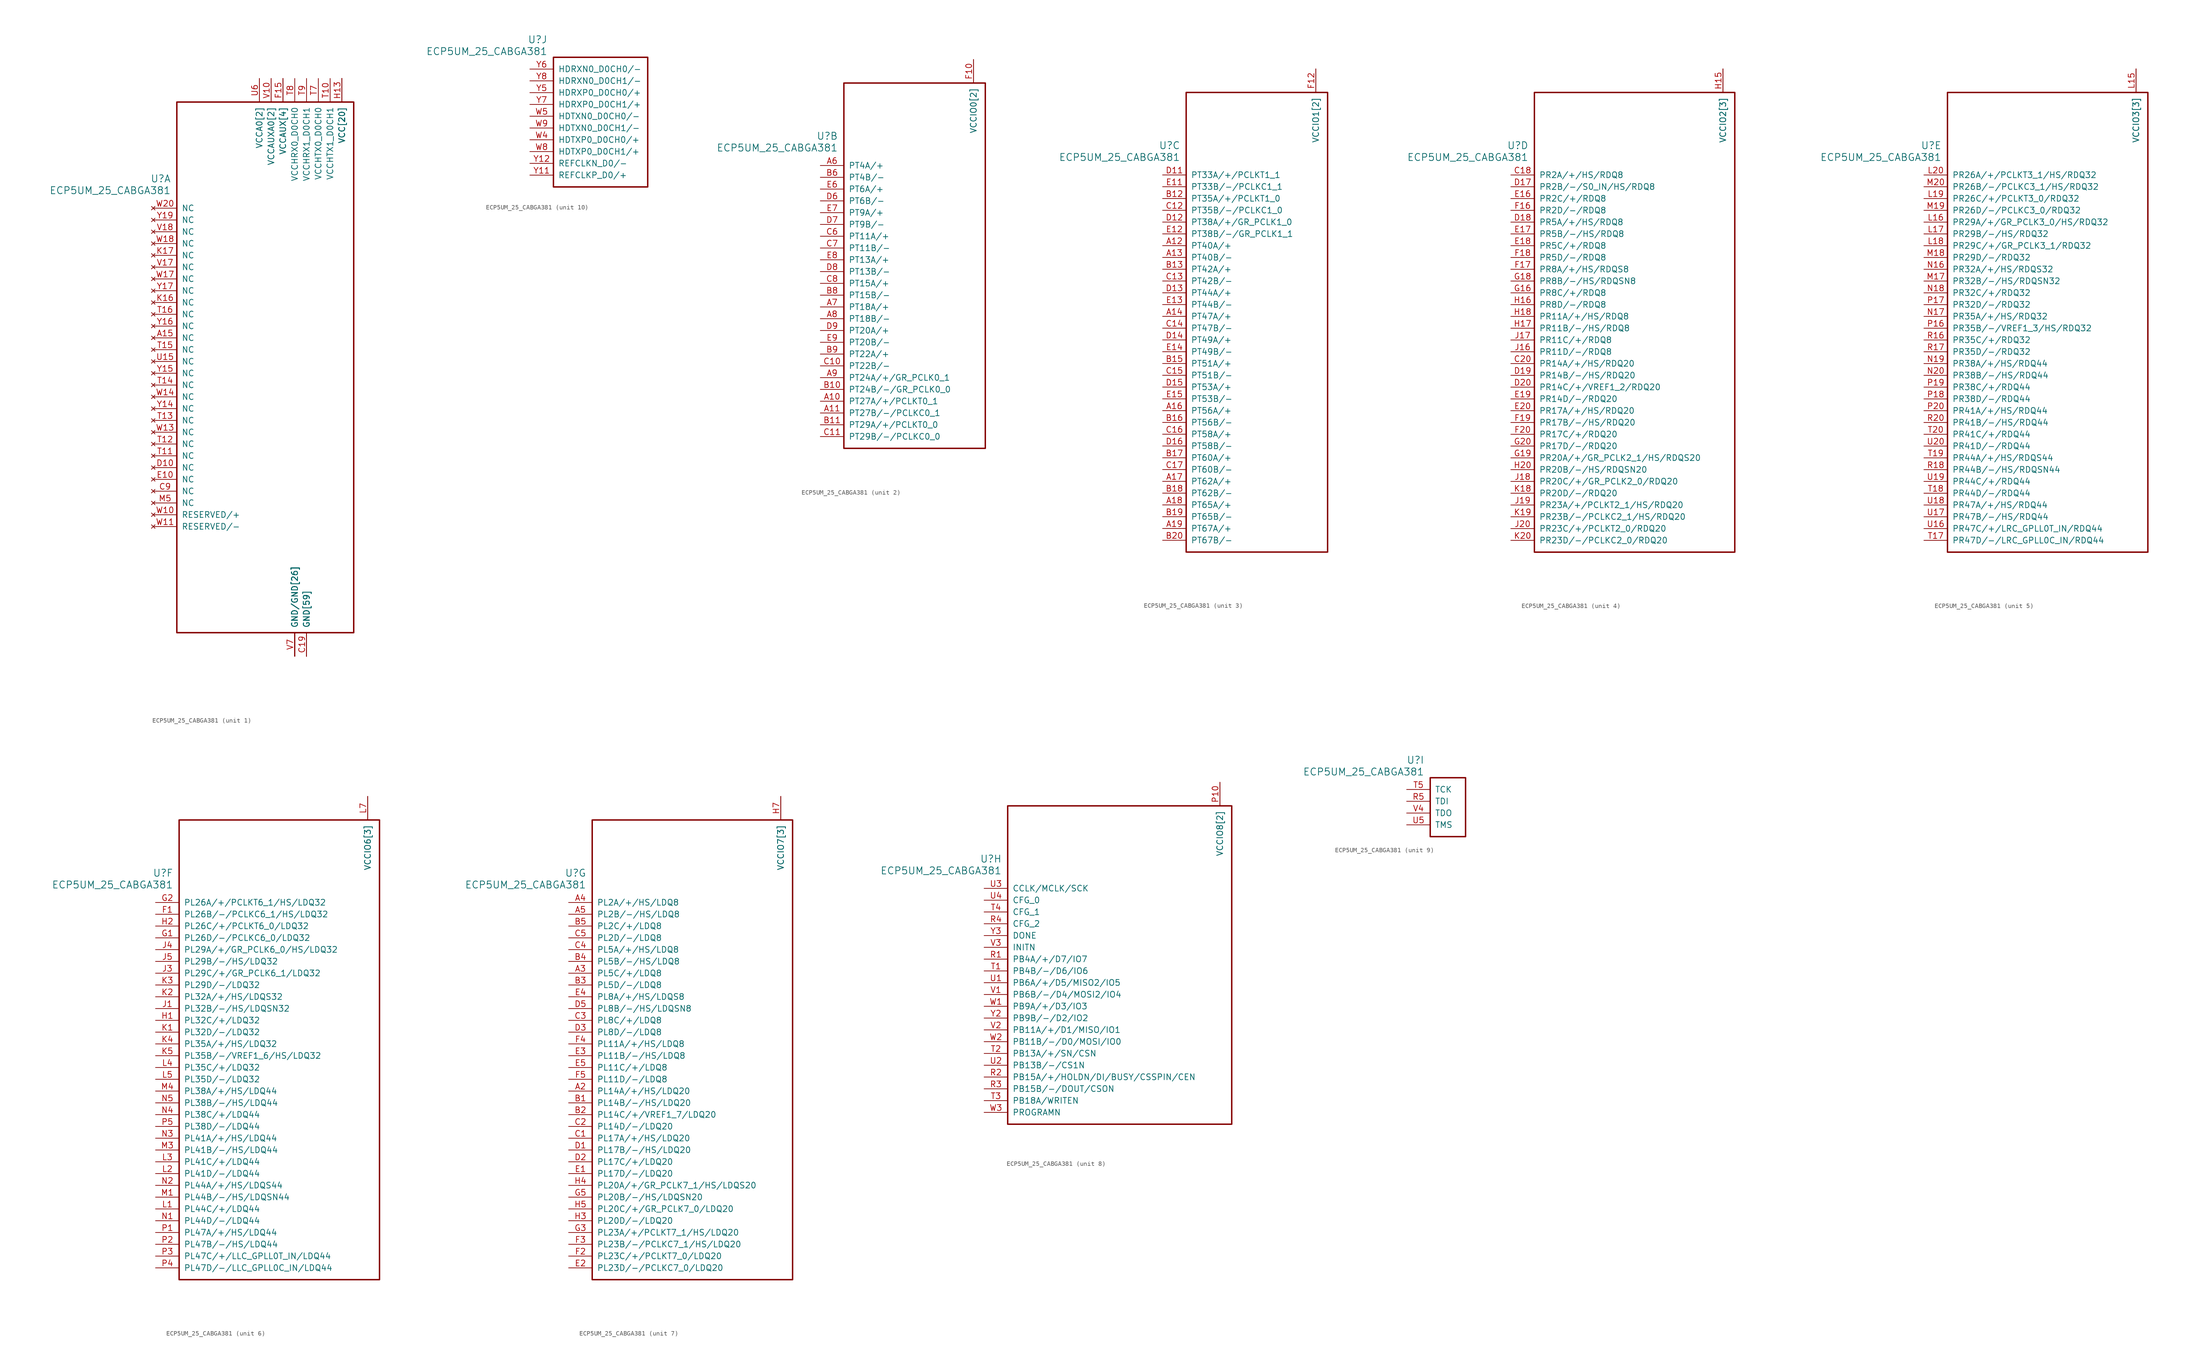
<source format=kicad_sym>
(kicad_symbol_lib
  (version 20241209)
  (generator "kicad_symbol_editor")
  (generator_version "9.0")
  (symbol "ECP5UM_25_CABGA381"
    (pin_names
      (offset 1.016))
    (property "Reference" "U"
      (at 3.81 6.35 0)
      (effects (font (size 1.524 1.524)) (justify right)))
    (property "Value" "ECP5UM_25_CABGA381"
      (at 3.81 3.81 0)
      (effects (font (size 1.524 1.524)) (justify right)))
    (property "ki_locked" ""
      (at 0 0 0)
      (effects (font (size 1.27 1.27))))
    (symbol "ECP5UM_25_CABGA381_1_1"
      (rectangle (start 5.08 22.86) (end 43.18 -91.44) (stroke (width 0.305) (type solid)) (fill (type none)))
      (pin no_connect line (at 0 0 0) (length 5.08) (name "NC" (effects (font (size 1.27 1.27)))) (number "W20" (effects (font (size 1.27 1.27)))))
      (pin no_connect line (at 0 -2.54 0) (length 5.08) (name "NC" (effects (font (size 1.27 1.27)))) (number "Y19" (effects (font (size 1.27 1.27)))))
      (pin no_connect line (at 0 -5.08 0) (length 5.08) (name "NC" (effects (font (size 1.27 1.27)))) (number "V18" (effects (font (size 1.27 1.27)))))
      (pin no_connect line (at 0 -7.62 0) (length 5.08) (name "NC" (effects (font (size 1.27 1.27)))) (number "W18" (effects (font (size 1.27 1.27)))))
      (pin no_connect line (at 0 -10.16 0) (length 5.08) (name "NC" (effects (font (size 1.27 1.27)))) (number "K17" (effects (font (size 1.27 1.27)))))
      (pin no_connect line (at 0 -12.7 0) (length 5.08) (name "NC" (effects (font (size 1.27 1.27)))) (number "V17" (effects (font (size 1.27 1.27)))))
      (pin no_connect line (at 0 -15.24 0) (length 5.08) (name "NC" (effects (font (size 1.27 1.27)))) (number "W17" (effects (font (size 1.27 1.27)))))
      (pin no_connect line (at 0 -17.78 0) (length 5.08) (name "NC" (effects (font (size 1.27 1.27)))) (number "Y17" (effects (font (size 1.27 1.27)))))
      (pin no_connect line (at 0 -20.32 0) (length 5.08) (name "NC" (effects (font (size 1.27 1.27)))) (number "K16" (effects (font (size 1.27 1.27)))))
      (pin no_connect line (at 0 -22.86 0) (length 5.08) (name "NC" (effects (font (size 1.27 1.27)))) (number "T16" (effects (font (size 1.27 1.27)))))
      (pin no_connect line (at 0 -25.4 0) (length 5.08) (name "NC" (effects (font (size 1.27 1.27)))) (number "Y16" (effects (font (size 1.27 1.27)))))
      (pin no_connect line (at 0 -27.94 0) (length 5.08) (name "NC" (effects (font (size 1.27 1.27)))) (number "A15" (effects (font (size 1.27 1.27)))))
      (pin no_connect line (at 0 -30.48 0) (length 5.08) (name "NC" (effects (font (size 1.27 1.27)))) (number "T15" (effects (font (size 1.27 1.27)))))
      (pin no_connect line (at 0 -33.02 0) (length 5.08) (name "NC" (effects (font (size 1.27 1.27)))) (number "U15" (effects (font (size 1.27 1.27)))))
      (pin no_connect line (at 0 -35.56 0) (length 5.08) (name "NC" (effects (font (size 1.27 1.27)))) (number "Y15" (effects (font (size 1.27 1.27)))))
      (pin no_connect line (at 0 -38.1 0) (length 5.08) (name "NC" (effects (font (size 1.27 1.27)))) (number "T14" (effects (font (size 1.27 1.27)))))
      (pin no_connect line (at 0 -40.64 0) (length 5.08) (name "NC" (effects (font (size 1.27 1.27)))) (number "W14" (effects (font (size 1.27 1.27)))))
      (pin no_connect line (at 0 -43.18 0) (length 5.08) (name "NC" (effects (font (size 1.27 1.27)))) (number "Y14" (effects (font (size 1.27 1.27)))))
      (pin no_connect line (at 0 -45.72 0) (length 5.08) (name "NC" (effects (font (size 1.27 1.27)))) (number "T13" (effects (font (size 1.27 1.27)))))
      (pin no_connect line (at 0 -48.26 0) (length 5.08) (name "NC" (effects (font (size 1.27 1.27)))) (number "W13" (effects (font (size 1.27 1.27)))))
      (pin no_connect line (at 0 -50.8 0) (length 5.08) (name "NC" (effects (font (size 1.27 1.27)))) (number "T12" (effects (font (size 1.27 1.27)))))
      (pin no_connect line (at 0 -53.34 0) (length 5.08) (name "NC" (effects (font (size 1.27 1.27)))) (number "T11" (effects (font (size 1.27 1.27)))))
      (pin no_connect line (at 0 -55.88 0) (length 5.08) (name "NC" (effects (font (size 1.27 1.27)))) (number "D10" (effects (font (size 1.27 1.27)))))
      (pin no_connect line (at 0 -58.42 0) (length 5.08) (name "NC" (effects (font (size 1.27 1.27)))) (number "E10" (effects (font (size 1.27 1.27)))))
      (pin no_connect line (at 0 -60.96 0) (length 5.08) (name "NC" (effects (font (size 1.27 1.27)))) (number "C9" (effects (font (size 1.27 1.27)))))
      (pin no_connect line (at 0 -63.5 0) (length 5.08) (name "NC" (effects (font (size 1.27 1.27)))) (number "M5" (effects (font (size 1.27 1.27)))))
      (pin no_connect line (at 0 -66.04 0) (length 5.08) (name "RESERVED/+" (effects (font (size 1.27 1.27)))) (number "W10" (effects (font (size 1.27 1.27)))))
      (pin no_connect line (at 0 -68.58 0) (length 5.08) (name "RESERVED/-" (effects (font (size 1.27 1.27)))) (number "W11" (effects (font (size 1.27 1.27)))))
      (pin power_in line (at 22.86 27.94 270) (length 5.08) (name "VCCA0[2]" (effects (font (size 1.27 1.27)))) (number "T6" (effects (font (size 0 0)))))
      (pin power_in line (at 22.86 27.94 270) (length 5.08) (name "VCCA0[2]" (effects (font (size 1.27 1.27)))) (number "U6" (effects (font (size 1.27 1.27)))))
      (pin power_in line (at 25.4 27.94 270) (length 5.08) (name "VCCAUXA0[2]" (effects (font (size 1.27 1.27)))) (number "V10" (effects (font (size 1.27 1.27)))))
      (pin power_in line (at 25.4 27.94 270) (length 5.08) (name "VCCAUXA0[2]" (effects (font (size 1.27 1.27)))) (number "V11" (effects (font (size 0 0)))))
      (pin power_in line (at 27.94 27.94 270) (length 5.08) (name "VCCAUX[4]" (effects (font (size 1.27 1.27)))) (number "F15" (effects (font (size 1.27 1.27)))))
      (pin power_in line (at 27.94 27.94 270) (length 5.08) (name "VCCAUX[4]" (effects (font (size 1.27 1.27)))) (number "F6" (effects (font (size 0 0)))))
      (pin power_in line (at 27.94 27.94 270) (length 5.08) (name "VCCAUX[4]" (effects (font (size 1.27 1.27)))) (number "P15" (effects (font (size 0 0)))))
      (pin power_in line (at 27.94 27.94 270) (length 5.08) (name "VCCAUX[4]" (effects (font (size 1.27 1.27)))) (number "P6" (effects (font (size 0 0)))))
      (pin power_in line (at 30.48 27.94 270) (length 5.08) (name "VCCHRX0_D0CH0" (effects (font (size 1.27 1.27)))) (number "T8" (effects (font (size 1.27 1.27)))))
      (pin power_in line (at 30.48 -96.52 90) (length 5.08) (name "GND/GND[26]" (effects (font (size 1.27 1.27)))) (number "U10" (effects (font (size 0 0)))))
      (pin power_in line (at 30.48 -96.52 90) (length 5.08) (name "GND/GND[26]" (effects (font (size 1.27 1.27)))) (number "U11" (effects (font (size 0 0)))))
      (pin power_in line (at 30.48 -96.52 90) (length 5.08) (name "GND/GND[26]" (effects (font (size 1.27 1.27)))) (number "U12" (effects (font (size 0 0)))))
      (pin power_in line (at 30.48 -96.52 90) (length 5.08) (name "GND/GND[26]" (effects (font (size 1.27 1.27)))) (number "U13" (effects (font (size 0 0)))))
      (pin power_in line (at 30.48 -96.52 90) (length 5.08) (name "GND/GND[26]" (effects (font (size 1.27 1.27)))) (number "U14" (effects (font (size 0 0)))))
      (pin power_in line (at 30.48 -96.52 90) (length 5.08) (name "GND/GND[26]" (effects (font (size 1.27 1.27)))) (number "U7" (effects (font (size 0 0)))))
      (pin power_in line (at 30.48 -96.52 90) (length 5.08) (name "GND/GND[26]" (effects (font (size 1.27 1.27)))) (number "U8" (effects (font (size 0 0)))))
      (pin power_in line (at 30.48 -96.52 90) (length 5.08) (name "GND/GND[26]" (effects (font (size 1.27 1.27)))) (number "U9" (effects (font (size 0 0)))))
      (pin power_in line (at 30.48 -96.52 90) (length 5.08) (name "GND/GND[26]" (effects (font (size 1.27 1.27)))) (number "V12" (effects (font (size 0 0)))))
      (pin power_in line (at 30.48 -96.52 90) (length 5.08) (name "GND/GND[26]" (effects (font (size 1.27 1.27)))) (number "V13" (effects (font (size 0 0)))))
      (pin power_in line (at 30.48 -96.52 90) (length 5.08) (name "GND/GND[26]" (effects (font (size 1.27 1.27)))) (number "V14" (effects (font (size 0 0)))))
      (pin power_in line (at 30.48 -96.52 90) (length 5.08) (name "GND/GND[26]" (effects (font (size 1.27 1.27)))) (number "V15" (effects (font (size 0 0)))))
      (pin power_in line (at 30.48 -96.52 90) (length 5.08) (name "GND/GND[26]" (effects (font (size 1.27 1.27)))) (number "V16" (effects (font (size 0 0)))))
      (pin power_in line (at 30.48 -96.52 90) (length 5.08) (name "GND/GND[26]" (effects (font (size 1.27 1.27)))) (number "V19" (effects (font (size 0 0)))))
      (pin power_in line (at 30.48 -96.52 90) (length 5.08) (name "GND/GND[26]" (effects (font (size 1.27 1.27)))) (number "V20" (effects (font (size 0 0)))))
      (pin power_in line (at 30.48 -96.52 90) (length 5.08) (name "GND/GND[26]" (effects (font (size 1.27 1.27)))) (number "V5" (effects (font (size 0 0)))))
      (pin power_in line (at 30.48 -96.52 90) (length 5.08) (name "GND/GND[26]" (effects (font (size 1.27 1.27)))) (number "V6" (effects (font (size 0 0)))))
      (pin power_in line (at 30.48 -96.52 90) (length 5.08) (name "GND/GND[26]" (effects (font (size 1.27 1.27)))) (number "V7" (effects (font (size 1.27 1.27)))))
      (pin power_in line (at 30.48 -96.52 90) (length 5.08) (name "GND/GND[26]" (effects (font (size 1.27 1.27)))) (number "V8" (effects (font (size 0 0)))))
      (pin power_in line (at 30.48 -96.52 90) (length 5.08) (name "GND/GND[26]" (effects (font (size 1.27 1.27)))) (number "V9" (effects (font (size 0 0)))))
      (pin power_in line (at 30.48 -96.52 90) (length 5.08) (name "GND/GND[26]" (effects (font (size 1.27 1.27)))) (number "W12" (effects (font (size 0 0)))))
      (pin power_in line (at 30.48 -96.52 90) (length 5.08) (name "GND/GND[26]" (effects (font (size 1.27 1.27)))) (number "W15" (effects (font (size 0 0)))))
      (pin power_in line (at 30.48 -96.52 90) (length 5.08) (name "GND/GND[26]" (effects (font (size 1.27 1.27)))) (number "W16" (effects (font (size 0 0)))))
      (pin power_in line (at 30.48 -96.52 90) (length 5.08) (name "GND/GND[26]" (effects (font (size 1.27 1.27)))) (number "W19" (effects (font (size 0 0)))))
      (pin power_in line (at 30.48 -96.52 90) (length 5.08) (name "GND/GND[26]" (effects (font (size 1.27 1.27)))) (number "W6" (effects (font (size 0 0)))))
      (pin power_in line (at 30.48 -96.52 90) (length 5.08) (name "GND/GND[26]" (effects (font (size 1.27 1.27)))) (number "W7" (effects (font (size 0 0)))))
      (pin power_in line (at 33.02 27.94 270) (length 5.08) (name "VCCHRX1_D0CH1" (effects (font (size 1.27 1.27)))) (number "T9" (effects (font (size 1.27 1.27)))))
      (pin power_in line (at 33.02 -96.52 90) (length 5.08) (name "GND[59]" (effects (font (size 1.27 1.27)))) (number "B14" (effects (font (size 0 0)))))
      (pin power_in line (at 33.02 -96.52 90) (length 5.08) (name "GND[59]" (effects (font (size 1.27 1.27)))) (number "B7" (effects (font (size 0 0)))))
      (pin power_in line (at 33.02 -96.52 90) (length 5.08) (name "GND[59]" (effects (font (size 1.27 1.27)))) (number "C19" (effects (font (size 1.27 1.27)))))
      (pin power_in line (at 33.02 -96.52 90) (length 5.08) (name "GND[59]" (effects (font (size 1.27 1.27)))) (number "D4" (effects (font (size 0 0)))))
      (pin power_in line (at 33.02 -96.52 90) (length 5.08) (name "GND[59]" (effects (font (size 1.27 1.27)))) (number "F13" (effects (font (size 0 0)))))
      (pin power_in line (at 33.02 -96.52 90) (length 5.08) (name "GND[59]" (effects (font (size 1.27 1.27)))) (number "F14" (effects (font (size 0 0)))))
      (pin power_in line (at 33.02 -96.52 90) (length 5.08) (name "GND[59]" (effects (font (size 1.27 1.27)))) (number "F7" (effects (font (size 0 0)))))
      (pin power_in line (at 33.02 -96.52 90) (length 5.08) (name "GND[59]" (effects (font (size 1.27 1.27)))) (number "F8" (effects (font (size 0 0)))))
      (pin power_in line (at 33.02 -96.52 90) (length 5.08) (name "GND[59]" (effects (font (size 1.27 1.27)))) (number "G10" (effects (font (size 0 0)))))
      (pin power_in line (at 33.02 -96.52 90) (length 5.08) (name "GND[59]" (effects (font (size 1.27 1.27)))) (number "G11" (effects (font (size 0 0)))))
      (pin power_in line (at 33.02 -96.52 90) (length 5.08) (name "GND[59]" (effects (font (size 1.27 1.27)))) (number "G12" (effects (font (size 0 0)))))
      (pin power_in line (at 33.02 -96.52 90) (length 5.08) (name "GND[59]" (effects (font (size 1.27 1.27)))) (number "G13" (effects (font (size 0 0)))))
      (pin power_in line (at 33.02 -96.52 90) (length 5.08) (name "GND[59]" (effects (font (size 1.27 1.27)))) (number "G14" (effects (font (size 0 0)))))
      (pin power_in line (at 33.02 -96.52 90) (length 5.08) (name "GND[59]" (effects (font (size 1.27 1.27)))) (number "G15" (effects (font (size 0 0)))))
      (pin power_in line (at 33.02 -96.52 90) (length 5.08) (name "GND[59]" (effects (font (size 1.27 1.27)))) (number "G17" (effects (font (size 0 0)))))
      (pin power_in line (at 33.02 -96.52 90) (length 5.08) (name "GND[59]" (effects (font (size 1.27 1.27)))) (number "G4" (effects (font (size 0 0)))))
      (pin power_in line (at 33.02 -96.52 90) (length 5.08) (name "GND[59]" (effects (font (size 1.27 1.27)))) (number "G6" (effects (font (size 0 0)))))
      (pin power_in line (at 33.02 -96.52 90) (length 5.08) (name "GND[59]" (effects (font (size 1.27 1.27)))) (number "G7" (effects (font (size 0 0)))))
      (pin power_in line (at 33.02 -96.52 90) (length 5.08) (name "GND[59]" (effects (font (size 1.27 1.27)))) (number "G8" (effects (font (size 0 0)))))
      (pin power_in line (at 33.02 -96.52 90) (length 5.08) (name "GND[59]" (effects (font (size 1.27 1.27)))) (number "G9" (effects (font (size 0 0)))))
      (pin power_in line (at 33.02 -96.52 90) (length 5.08) (name "GND[59]" (effects (font (size 1.27 1.27)))) (number "H19" (effects (font (size 0 0)))))
      (pin power_in line (at 33.02 -96.52 90) (length 5.08) (name "GND[59]" (effects (font (size 1.27 1.27)))) (number "J10" (effects (font (size 0 0)))))
      (pin power_in line (at 33.02 -96.52 90) (length 5.08) (name "GND[59]" (effects (font (size 1.27 1.27)))) (number "J11" (effects (font (size 0 0)))))
      (pin power_in line (at 33.02 -96.52 90) (length 5.08) (name "GND[59]" (effects (font (size 1.27 1.27)))) (number "J12" (effects (font (size 0 0)))))
      (pin power_in line (at 33.02 -96.52 90) (length 5.08) (name "GND[59]" (effects (font (size 1.27 1.27)))) (number "J14" (effects (font (size 0 0)))))
      (pin power_in line (at 33.02 -96.52 90) (length 5.08) (name "GND[59]" (effects (font (size 1.27 1.27)))) (number "J2" (effects (font (size 0 0)))))
      (pin power_in line (at 33.02 -96.52 90) (length 5.08) (name "GND[59]" (effects (font (size 1.27 1.27)))) (number "J7" (effects (font (size 0 0)))))
      (pin power_in line (at 33.02 -96.52 90) (length 5.08) (name "GND[59]" (effects (font (size 1.27 1.27)))) (number "J9" (effects (font (size 0 0)))))
      (pin power_in line (at 33.02 -96.52 90) (length 5.08) (name "GND[59]" (effects (font (size 1.27 1.27)))) (number "K10" (effects (font (size 0 0)))))
      (pin power_in line (at 33.02 -96.52 90) (length 5.08) (name "GND[59]" (effects (font (size 1.27 1.27)))) (number "K11" (effects (font (size 0 0)))))
      (pin power_in line (at 33.02 -96.52 90) (length 5.08) (name "GND[59]" (effects (font (size 1.27 1.27)))) (number "K12" (effects (font (size 0 0)))))
      (pin power_in line (at 33.02 -96.52 90) (length 5.08) (name "GND[59]" (effects (font (size 1.27 1.27)))) (number "K14" (effects (font (size 0 0)))))
      (pin power_in line (at 33.02 -96.52 90) (length 5.08) (name "GND[59]" (effects (font (size 1.27 1.27)))) (number "K15" (effects (font (size 0 0)))))
      (pin power_in line (at 33.02 -96.52 90) (length 5.08) (name "GND[59]" (effects (font (size 1.27 1.27)))) (number "K6" (effects (font (size 0 0)))))
      (pin power_in line (at 33.02 -96.52 90) (length 5.08) (name "GND[59]" (effects (font (size 1.27 1.27)))) (number "K7" (effects (font (size 0 0)))))
      (pin power_in line (at 33.02 -96.52 90) (length 5.08) (name "GND[59]" (effects (font (size 1.27 1.27)))) (number "K9" (effects (font (size 0 0)))))
      (pin power_in line (at 33.02 -96.52 90) (length 5.08) (name "GND[59]" (effects (font (size 1.27 1.27)))) (number "L10" (effects (font (size 0 0)))))
      (pin power_in line (at 33.02 -96.52 90) (length 5.08) (name "GND[59]" (effects (font (size 1.27 1.27)))) (number "L11" (effects (font (size 0 0)))))
      (pin power_in line (at 33.02 -96.52 90) (length 5.08) (name "GND[59]" (effects (font (size 1.27 1.27)))) (number "L12" (effects (font (size 0 0)))))
      (pin power_in line (at 33.02 -96.52 90) (length 5.08) (name "GND[59]" (effects (font (size 1.27 1.27)))) (number "L9" (effects (font (size 0 0)))))
      (pin power_in line (at 33.02 -96.52 90) (length 5.08) (name "GND[59]" (effects (font (size 1.27 1.27)))) (number "M10" (effects (font (size 0 0)))))
      (pin power_in line (at 33.02 -96.52 90) (length 5.08) (name "GND[59]" (effects (font (size 1.27 1.27)))) (number "M11" (effects (font (size 0 0)))))
      (pin power_in line (at 33.02 -96.52 90) (length 5.08) (name "GND[59]" (effects (font (size 1.27 1.27)))) (number "M12" (effects (font (size 0 0)))))
      (pin power_in line (at 33.02 -96.52 90) (length 5.08) (name "GND[59]" (effects (font (size 1.27 1.27)))) (number "M14" (effects (font (size 0 0)))))
      (pin power_in line (at 33.02 -96.52 90) (length 5.08) (name "GND[59]" (effects (font (size 1.27 1.27)))) (number "M16" (effects (font (size 0 0)))))
      (pin power_in line (at 33.02 -96.52 90) (length 5.08) (name "GND[59]" (effects (font (size 1.27 1.27)))) (number "M2" (effects (font (size 0 0)))))
      (pin power_in line (at 33.02 -96.52 90) (length 5.08) (name "GND[59]" (effects (font (size 1.27 1.27)))) (number "M7" (effects (font (size 0 0)))))
      (pin power_in line (at 33.02 -96.52 90) (length 5.08) (name "GND[59]" (effects (font (size 1.27 1.27)))) (number "M9" (effects (font (size 0 0)))))
      (pin power_in line (at 33.02 -96.52 90) (length 5.08) (name "GND[59]" (effects (font (size 1.27 1.27)))) (number "N14" (effects (font (size 0 0)))))
      (pin power_in line (at 33.02 -96.52 90) (length 5.08) (name "GND[59]" (effects (font (size 1.27 1.27)))) (number "N15" (effects (font (size 0 0)))))
      (pin power_in line (at 33.02 -96.52 90) (length 5.08) (name "GND[59]" (effects (font (size 1.27 1.27)))) (number "N6" (effects (font (size 0 0)))))
      (pin power_in line (at 33.02 -96.52 90) (length 5.08) (name "GND[59]" (effects (font (size 1.27 1.27)))) (number "N7" (effects (font (size 0 0)))))
      (pin power_in line (at 33.02 -96.52 90) (length 5.08) (name "GND[59]" (effects (font (size 1.27 1.27)))) (number "P11" (effects (font (size 0 0)))))
      (pin power_in line (at 33.02 -96.52 90) (length 5.08) (name "GND[59]" (effects (font (size 1.27 1.27)))) (number "P12" (effects (font (size 0 0)))))
      (pin power_in line (at 33.02 -96.52 90) (length 5.08) (name "GND[59]" (effects (font (size 1.27 1.27)))) (number "P13" (effects (font (size 0 0)))))
      (pin power_in line (at 33.02 -96.52 90) (length 5.08) (name "GND[59]" (effects (font (size 1.27 1.27)))) (number "P14" (effects (font (size 0 0)))))
      (pin power_in line (at 33.02 -96.52 90) (length 5.08) (name "GND[59]" (effects (font (size 1.27 1.27)))) (number "P7" (effects (font (size 0 0)))))
      (pin power_in line (at 33.02 -96.52 90) (length 5.08) (name "GND[59]" (effects (font (size 1.27 1.27)))) (number "P8" (effects (font (size 0 0)))))
      (pin power_in line (at 33.02 -96.52 90) (length 5.08) (name "GND[59]" (effects (font (size 1.27 1.27)))) (number "R19" (effects (font (size 0 0)))))
      (pin power_in line (at 35.56 27.94 270) (length 5.08) (name "VCCHTX0_D0CH0" (effects (font (size 1.27 1.27)))) (number "T7" (effects (font (size 1.27 1.27)))))
      (pin power_in line (at 38.1 27.94 270) (length 5.08) (name "VCCHTX1_D0CH1" (effects (font (size 1.27 1.27)))) (number "T10" (effects (font (size 1.27 1.27)))))
      (pin power_in line (at 40.64 27.94 270) (length 5.08) (name "VCC[20]" (effects (font (size 1.27 1.27)))) (number "H10" (effects (font (size 0 0)))))
      (pin power_in line (at 40.64 27.94 270) (length 5.08) (name "VCC[20]" (effects (font (size 1.27 1.27)))) (number "H11" (effects (font (size 0 0)))))
      (pin power_in line (at 40.64 27.94 270) (length 5.08) (name "VCC[20]" (effects (font (size 1.27 1.27)))) (number "H12" (effects (font (size 0 0)))))
      (pin power_in line (at 40.64 27.94 270) (length 5.08) (name "VCC[20]" (effects (font (size 1.27 1.27)))) (number "H13" (effects (font (size 1.27 1.27)))))
      (pin power_in line (at 40.64 27.94 270) (length 5.08) (name "VCC[20]" (effects (font (size 1.27 1.27)))) (number "H8" (effects (font (size 0 0)))))
      (pin power_in line (at 40.64 27.94 270) (length 5.08) (name "VCC[20]" (effects (font (size 1.27 1.27)))) (number "H9" (effects (font (size 0 0)))))
      (pin power_in line (at 40.64 27.94 270) (length 5.08) (name "VCC[20]" (effects (font (size 1.27 1.27)))) (number "J13" (effects (font (size 0 0)))))
      (pin power_in line (at 40.64 27.94 270) (length 5.08) (name "VCC[20]" (effects (font (size 1.27 1.27)))) (number "J8" (effects (font (size 0 0)))))
      (pin power_in line (at 40.64 27.94 270) (length 5.08) (name "VCC[20]" (effects (font (size 1.27 1.27)))) (number "K13" (effects (font (size 0 0)))))
      (pin power_in line (at 40.64 27.94 270) (length 5.08) (name "VCC[20]" (effects (font (size 1.27 1.27)))) (number "K8" (effects (font (size 0 0)))))
      (pin power_in line (at 40.64 27.94 270) (length 5.08) (name "VCC[20]" (effects (font (size 1.27 1.27)))) (number "L13" (effects (font (size 0 0)))))
      (pin power_in line (at 40.64 27.94 270) (length 5.08) (name "VCC[20]" (effects (font (size 1.27 1.27)))) (number "L8" (effects (font (size 0 0)))))
      (pin power_in line (at 40.64 27.94 270) (length 5.08) (name "VCC[20]" (effects (font (size 1.27 1.27)))) (number "M13" (effects (font (size 0 0)))))
      (pin power_in line (at 40.64 27.94 270) (length 5.08) (name "VCC[20]" (effects (font (size 1.27 1.27)))) (number "M8" (effects (font (size 0 0)))))
      (pin power_in line (at 40.64 27.94 270) (length 5.08) (name "VCC[20]" (effects (font (size 1.27 1.27)))) (number "N10" (effects (font (size 0 0)))))
      (pin power_in line (at 40.64 27.94 270) (length 5.08) (name "VCC[20]" (effects (font (size 1.27 1.27)))) (number "N11" (effects (font (size 0 0)))))
      (pin power_in line (at 40.64 27.94 270) (length 5.08) (name "VCC[20]" (effects (font (size 1.27 1.27)))) (number "N12" (effects (font (size 0 0)))))
      (pin power_in line (at 40.64 27.94 270) (length 5.08) (name "VCC[20]" (effects (font (size 1.27 1.27)))) (number "N13" (effects (font (size 0 0)))))
      (pin power_in line (at 40.64 27.94 270) (length 5.08) (name "VCC[20]" (effects (font (size 1.27 1.27)))) (number "N8" (effects (font (size 0 0)))))
      (pin power_in line (at 40.64 27.94 270) (length 5.08) (name "VCC[20]" (effects (font (size 1.27 1.27)))) (number "N9" (effects (font (size 0 0))))))
    (symbol "ECP5UM_25_CABGA381_2_1"
      (rectangle (start 5.08 17.78) (end 35.56 -60.96) (stroke (width 0.305) (type solid)) (fill (type none)))
      (pin bidirectional line (at 0 0 0) (length 5.08) (name "PT4A/+" (effects (font (size 1.27 1.27)))) (number "A6" (effects (font (size 1.27 1.27)))))
      (pin bidirectional line (at 0 -2.54 0) (length 5.08) (name "PT4B/-" (effects (font (size 1.27 1.27)))) (number "B6" (effects (font (size 1.27 1.27)))))
      (pin bidirectional line (at 0 -5.08 0) (length 5.08) (name "PT6A/+" (effects (font (size 1.27 1.27)))) (number "E6" (effects (font (size 1.27 1.27)))))
      (pin bidirectional line (at 0 -7.62 0) (length 5.08) (name "PT6B/-" (effects (font (size 1.27 1.27)))) (number "D6" (effects (font (size 1.27 1.27)))))
      (pin bidirectional line (at 0 -10.16 0) (length 5.08) (name "PT9A/+" (effects (font (size 1.27 1.27)))) (number "E7" (effects (font (size 1.27 1.27)))))
      (pin bidirectional line (at 0 -12.7 0) (length 5.08) (name "PT9B/-" (effects (font (size 1.27 1.27)))) (number "D7" (effects (font (size 1.27 1.27)))))
      (pin bidirectional line (at 0 -15.24 0) (length 5.08) (name "PT11A/+" (effects (font (size 1.27 1.27)))) (number "C6" (effects (font (size 1.27 1.27)))))
      (pin bidirectional line (at 0 -17.78 0) (length 5.08) (name "PT11B/-" (effects (font (size 1.27 1.27)))) (number "C7" (effects (font (size 1.27 1.27)))))
      (pin bidirectional line (at 0 -20.32 0) (length 5.08) (name "PT13A/+" (effects (font (size 1.27 1.27)))) (number "E8" (effects (font (size 1.27 1.27)))))
      (pin bidirectional line (at 0 -22.86 0) (length 5.08) (name "PT13B/-" (effects (font (size 1.27 1.27)))) (number "D8" (effects (font (size 1.27 1.27)))))
      (pin bidirectional line (at 0 -25.4 0) (length 5.08) (name "PT15A/+" (effects (font (size 1.27 1.27)))) (number "C8" (effects (font (size 1.27 1.27)))))
      (pin bidirectional line (at 0 -27.94 0) (length 5.08) (name "PT15B/-" (effects (font (size 1.27 1.27)))) (number "B8" (effects (font (size 1.27 1.27)))))
      (pin bidirectional line (at 0 -30.48 0) (length 5.08) (name "PT18A/+" (effects (font (size 1.27 1.27)))) (number "A7" (effects (font (size 1.27 1.27)))))
      (pin bidirectional line (at 0 -33.02 0) (length 5.08) (name "PT18B/-" (effects (font (size 1.27 1.27)))) (number "A8" (effects (font (size 1.27 1.27)))))
      (pin bidirectional line (at 0 -35.56 0) (length 5.08) (name "PT20A/+" (effects (font (size 1.27 1.27)))) (number "D9" (effects (font (size 1.27 1.27)))))
      (pin bidirectional line (at 0 -38.1 0) (length 5.08) (name "PT20B/-" (effects (font (size 1.27 1.27)))) (number "E9" (effects (font (size 1.27 1.27)))))
      (pin bidirectional line (at 0 -40.64 0) (length 5.08) (name "PT22A/+" (effects (font (size 1.27 1.27)))) (number "B9" (effects (font (size 1.27 1.27)))))
      (pin bidirectional line (at 0 -43.18 0) (length 5.08) (name "PT22B/-" (effects (font (size 1.27 1.27)))) (number "C10" (effects (font (size 1.27 1.27)))))
      (pin bidirectional line (at 0 -45.72 0) (length 5.08) (name "PT24A/+/GR_PCLK0_1" (effects (font (size 1.27 1.27)))) (number "A9" (effects (font (size 1.27 1.27)))))
      (pin bidirectional line (at 0 -48.26 0) (length 5.08) (name "PT24B/-/GR_PCLK0_0" (effects (font (size 1.27 1.27)))) (number "B10" (effects (font (size 1.27 1.27)))))
      (pin bidirectional line (at 0 -50.8 0) (length 5.08) (name "PT27A/+/PCLKT0_1" (effects (font (size 1.27 1.27)))) (number "A10" (effects (font (size 1.27 1.27)))))
      (pin bidirectional line (at 0 -53.34 0) (length 5.08) (name "PT27B/-/PCLKC0_1" (effects (font (size 1.27 1.27)))) (number "A11" (effects (font (size 1.27 1.27)))))
      (pin bidirectional line (at 0 -55.88 0) (length 5.08) (name "PT29A/+/PCLKT0_0" (effects (font (size 1.27 1.27)))) (number "B11" (effects (font (size 1.27 1.27)))))
      (pin bidirectional line (at 0 -58.42 0) (length 5.08) (name "PT29B/-/PCLKC0_0" (effects (font (size 1.27 1.27)))) (number "C11" (effects (font (size 1.27 1.27)))))
      (pin power_in line (at 33.02 22.86 270) (length 5.08) (name "VCCIO0[2]" (effects (font (size 1.27 1.27)))) (number "F10" (effects (font (size 1.27 1.27)))))
      (pin power_in line (at 33.02 22.86 270) (length 5.08) (name "VCCIO0[2]" (effects (font (size 1.27 1.27)))) (number "F9" (effects (font (size 0 0))))))
    (symbol "ECP5UM_25_CABGA381_3_1"
      (rectangle (start 5.08 17.78) (end 35.56 -81.28) (stroke (width 0.305) (type solid)) (fill (type none)))
      (pin bidirectional line (at 0 0 0) (length 5.08) (name "PT33A/+/PCLKT1_1" (effects (font (size 1.27 1.27)))) (number "D11" (effects (font (size 1.27 1.27)))))
      (pin bidirectional line (at 0 -2.54 0) (length 5.08) (name "PT33B/-/PCLKC1_1" (effects (font (size 1.27 1.27)))) (number "E11" (effects (font (size 1.27 1.27)))))
      (pin bidirectional line (at 0 -5.08 0) (length 5.08) (name "PT35A/+/PCLKT1_0" (effects (font (size 1.27 1.27)))) (number "B12" (effects (font (size 1.27 1.27)))))
      (pin bidirectional line (at 0 -7.62 0) (length 5.08) (name "PT35B/-/PCLKC1_0" (effects (font (size 1.27 1.27)))) (number "C12" (effects (font (size 1.27 1.27)))))
      (pin bidirectional line (at 0 -10.16 0) (length 5.08) (name "PT38A/+/GR_PCLK1_0" (effects (font (size 1.27 1.27)))) (number "D12" (effects (font (size 1.27 1.27)))))
      (pin bidirectional line (at 0 -12.7 0) (length 5.08) (name "PT38B/-/GR_PCLK1_1" (effects (font (size 1.27 1.27)))) (number "E12" (effects (font (size 1.27 1.27)))))
      (pin bidirectional line (at 0 -15.24 0) (length 5.08) (name "PT40A/+" (effects (font (size 1.27 1.27)))) (number "A12" (effects (font (size 1.27 1.27)))))
      (pin bidirectional line (at 0 -17.78 0) (length 5.08) (name "PT40B/-" (effects (font (size 1.27 1.27)))) (number "A13" (effects (font (size 1.27 1.27)))))
      (pin bidirectional line (at 0 -20.32 0) (length 5.08) (name "PT42A/+" (effects (font (size 1.27 1.27)))) (number "B13" (effects (font (size 1.27 1.27)))))
      (pin bidirectional line (at 0 -22.86 0) (length 5.08) (name "PT42B/-" (effects (font (size 1.27 1.27)))) (number "C13" (effects (font (size 1.27 1.27)))))
      (pin bidirectional line (at 0 -25.4 0) (length 5.08) (name "PT44A/+" (effects (font (size 1.27 1.27)))) (number "D13" (effects (font (size 1.27 1.27)))))
      (pin bidirectional line (at 0 -27.94 0) (length 5.08) (name "PT44B/-" (effects (font (size 1.27 1.27)))) (number "E13" (effects (font (size 1.27 1.27)))))
      (pin bidirectional line (at 0 -30.48 0) (length 5.08) (name "PT47A/+" (effects (font (size 1.27 1.27)))) (number "A14" (effects (font (size 1.27 1.27)))))
      (pin bidirectional line (at 0 -33.02 0) (length 5.08) (name "PT47B/-" (effects (font (size 1.27 1.27)))) (number "C14" (effects (font (size 1.27 1.27)))))
      (pin bidirectional line (at 0 -35.56 0) (length 5.08) (name "PT49A/+" (effects (font (size 1.27 1.27)))) (number "D14" (effects (font (size 1.27 1.27)))))
      (pin bidirectional line (at 0 -38.1 0) (length 5.08) (name "PT49B/-" (effects (font (size 1.27 1.27)))) (number "E14" (effects (font (size 1.27 1.27)))))
      (pin bidirectional line (at 0 -40.64 0) (length 5.08) (name "PT51A/+" (effects (font (size 1.27 1.27)))) (number "B15" (effects (font (size 1.27 1.27)))))
      (pin bidirectional line (at 0 -43.18 0) (length 5.08) (name "PT51B/-" (effects (font (size 1.27 1.27)))) (number "C15" (effects (font (size 1.27 1.27)))))
      (pin bidirectional line (at 0 -45.72 0) (length 5.08) (name "PT53A/+" (effects (font (size 1.27 1.27)))) (number "D15" (effects (font (size 1.27 1.27)))))
      (pin bidirectional line (at 0 -48.26 0) (length 5.08) (name "PT53B/-" (effects (font (size 1.27 1.27)))) (number "E15" (effects (font (size 1.27 1.27)))))
      (pin bidirectional line (at 0 -50.8 0) (length 5.08) (name "PT56A/+" (effects (font (size 1.27 1.27)))) (number "A16" (effects (font (size 1.27 1.27)))))
      (pin bidirectional line (at 0 -53.34 0) (length 5.08) (name "PT56B/-" (effects (font (size 1.27 1.27)))) (number "B16" (effects (font (size 1.27 1.27)))))
      (pin bidirectional line (at 0 -55.88 0) (length 5.08) (name "PT58A/+" (effects (font (size 1.27 1.27)))) (number "C16" (effects (font (size 1.27 1.27)))))
      (pin bidirectional line (at 0 -58.42 0) (length 5.08) (name "PT58B/-" (effects (font (size 1.27 1.27)))) (number "D16" (effects (font (size 1.27 1.27)))))
      (pin bidirectional line (at 0 -60.96 0) (length 5.08) (name "PT60A/+" (effects (font (size 1.27 1.27)))) (number "B17" (effects (font (size 1.27 1.27)))))
      (pin bidirectional line (at 0 -63.5 0) (length 5.08) (name "PT60B/-" (effects (font (size 1.27 1.27)))) (number "C17" (effects (font (size 1.27 1.27)))))
      (pin bidirectional line (at 0 -66.04 0) (length 5.08) (name "PT62A/+" (effects (font (size 1.27 1.27)))) (number "A17" (effects (font (size 1.27 1.27)))))
      (pin bidirectional line (at 0 -68.58 0) (length 5.08) (name "PT62B/-" (effects (font (size 1.27 1.27)))) (number "B18" (effects (font (size 1.27 1.27)))))
      (pin bidirectional line (at 0 -71.12 0) (length 5.08) (name "PT65A/+" (effects (font (size 1.27 1.27)))) (number "A18" (effects (font (size 1.27 1.27)))))
      (pin bidirectional line (at 0 -73.66 0) (length 5.08) (name "PT65B/-" (effects (font (size 1.27 1.27)))) (number "B19" (effects (font (size 1.27 1.27)))))
      (pin bidirectional line (at 0 -76.2 0) (length 5.08) (name "PT67A/+" (effects (font (size 1.27 1.27)))) (number "A19" (effects (font (size 1.27 1.27)))))
      (pin bidirectional line (at 0 -78.74 0) (length 5.08) (name "PT67B/-" (effects (font (size 1.27 1.27)))) (number "B20" (effects (font (size 1.27 1.27)))))
      (pin power_in line (at 33.02 22.86 270) (length 5.08) (name "VCCIO1[2]" (effects (font (size 1.27 1.27)))) (number "F11" (effects (font (size 0 0)))))
      (pin power_in line (at 33.02 22.86 270) (length 5.08) (name "VCCIO1[2]" (effects (font (size 1.27 1.27)))) (number "F12" (effects (font (size 1.27 1.27))))))
    (symbol "ECP5UM_25_CABGA381_4_1"
      (rectangle (start 5.08 17.78) (end 48.26 -81.28) (stroke (width 0.305) (type solid)) (fill (type none)))
      (pin bidirectional line (at 0 0 0) (length 5.08) (name "PR2A/+/HS/RDQ8" (effects (font (size 1.27 1.27)))) (number "C18" (effects (font (size 1.27 1.27)))))
      (pin bidirectional line (at 0 -2.54 0) (length 5.08) (name "PR2B/-/S0_IN/HS/RDQ8" (effects (font (size 1.27 1.27)))) (number "D17" (effects (font (size 1.27 1.27)))))
      (pin bidirectional line (at 0 -5.08 0) (length 5.08) (name "PR2C/+/RDQ8" (effects (font (size 1.27 1.27)))) (number "E16" (effects (font (size 1.27 1.27)))))
      (pin bidirectional line (at 0 -7.62 0) (length 5.08) (name "PR2D/-/RDQ8" (effects (font (size 1.27 1.27)))) (number "F16" (effects (font (size 1.27 1.27)))))
      (pin bidirectional line (at 0 -10.16 0) (length 5.08) (name "PR5A/+/HS/RDQ8" (effects (font (size 1.27 1.27)))) (number "D18" (effects (font (size 1.27 1.27)))))
      (pin bidirectional line (at 0 -12.7 0) (length 5.08) (name "PR5B/-/HS/RDQ8" (effects (font (size 1.27 1.27)))) (number "E17" (effects (font (size 1.27 1.27)))))
      (pin bidirectional line (at 0 -15.24 0) (length 5.08) (name "PR5C/+/RDQ8" (effects (font (size 1.27 1.27)))) (number "E18" (effects (font (size 1.27 1.27)))))
      (pin bidirectional line (at 0 -17.78 0) (length 5.08) (name "PR5D/-/RDQ8" (effects (font (size 1.27 1.27)))) (number "F18" (effects (font (size 1.27 1.27)))))
      (pin bidirectional line (at 0 -20.32 0) (length 5.08) (name "PR8A/+/HS/RDQS8" (effects (font (size 1.27 1.27)))) (number "F17" (effects (font (size 1.27 1.27)))))
      (pin bidirectional line (at 0 -22.86 0) (length 5.08) (name "PR8B/-/HS/RDQSN8" (effects (font (size 1.27 1.27)))) (number "G18" (effects (font (size 1.27 1.27)))))
      (pin bidirectional line (at 0 -25.4 0) (length 5.08) (name "PR8C/+/RDQ8" (effects (font (size 1.27 1.27)))) (number "G16" (effects (font (size 1.27 1.27)))))
      (pin bidirectional line (at 0 -27.94 0) (length 5.08) (name "PR8D/-/RDQ8" (effects (font (size 1.27 1.27)))) (number "H16" (effects (font (size 1.27 1.27)))))
      (pin bidirectional line (at 0 -30.48 0) (length 5.08) (name "PR11A/+/HS/RDQ8" (effects (font (size 1.27 1.27)))) (number "H18" (effects (font (size 1.27 1.27)))))
      (pin bidirectional line (at 0 -33.02 0) (length 5.08) (name "PR11B/-/HS/RDQ8" (effects (font (size 1.27 1.27)))) (number "H17" (effects (font (size 1.27 1.27)))))
      (pin bidirectional line (at 0 -35.56 0) (length 5.08) (name "PR11C/+/RDQ8" (effects (font (size 1.27 1.27)))) (number "J17" (effects (font (size 1.27 1.27)))))
      (pin bidirectional line (at 0 -38.1 0) (length 5.08) (name "PR11D/-/RDQ8" (effects (font (size 1.27 1.27)))) (number "J16" (effects (font (size 1.27 1.27)))))
      (pin bidirectional line (at 0 -40.64 0) (length 5.08) (name "PR14A/+/HS/RDQ20" (effects (font (size 1.27 1.27)))) (number "C20" (effects (font (size 1.27 1.27)))))
      (pin bidirectional line (at 0 -43.18 0) (length 5.08) (name "PR14B/-/HS/RDQ20" (effects (font (size 1.27 1.27)))) (number "D19" (effects (font (size 1.27 1.27)))))
      (pin bidirectional line (at 0 -45.72 0) (length 5.08) (name "PR14C/+/VREF1_2/RDQ20" (effects (font (size 1.27 1.27)))) (number "D20" (effects (font (size 1.27 1.27)))))
      (pin bidirectional line (at 0 -48.26 0) (length 5.08) (name "PR14D/-/RDQ20" (effects (font (size 1.27 1.27)))) (number "E19" (effects (font (size 1.27 1.27)))))
      (pin bidirectional line (at 0 -50.8 0) (length 5.08) (name "PR17A/+/HS/RDQ20" (effects (font (size 1.27 1.27)))) (number "E20" (effects (font (size 1.27 1.27)))))
      (pin bidirectional line (at 0 -53.34 0) (length 5.08) (name "PR17B/-/HS/RDQ20" (effects (font (size 1.27 1.27)))) (number "F19" (effects (font (size 1.27 1.27)))))
      (pin bidirectional line (at 0 -55.88 0) (length 5.08) (name "PR17C/+/RDQ20" (effects (font (size 1.27 1.27)))) (number "F20" (effects (font (size 1.27 1.27)))))
      (pin bidirectional line (at 0 -58.42 0) (length 5.08) (name "PR17D/-/RDQ20" (effects (font (size 1.27 1.27)))) (number "G20" (effects (font (size 1.27 1.27)))))
      (pin bidirectional line (at 0 -60.96 0) (length 5.08) (name "PR20A/+/GR_PCLK2_1/HS/RDQS20" (effects (font (size 1.27 1.27)))) (number "G19" (effects (font (size 1.27 1.27)))))
      (pin bidirectional line (at 0 -63.5 0) (length 5.08) (name "PR20B/-/HS/RDQSN20" (effects (font (size 1.27 1.27)))) (number "H20" (effects (font (size 1.27 1.27)))))
      (pin bidirectional line (at 0 -66.04 0) (length 5.08) (name "PR20C/+/GR_PCLK2_0/RDQ20" (effects (font (size 1.27 1.27)))) (number "J18" (effects (font (size 1.27 1.27)))))
      (pin bidirectional line (at 0 -68.58 0) (length 5.08) (name "PR20D/-/RDQ20" (effects (font (size 1.27 1.27)))) (number "K18" (effects (font (size 1.27 1.27)))))
      (pin bidirectional line (at 0 -71.12 0) (length 5.08) (name "PR23A/+/PCLKT2_1/HS/RDQ20" (effects (font (size 1.27 1.27)))) (number "J19" (effects (font (size 1.27 1.27)))))
      (pin bidirectional line (at 0 -73.66 0) (length 5.08) (name "PR23B/-/PCLKC2_1/HS/RDQ20" (effects (font (size 1.27 1.27)))) (number "K19" (effects (font (size 1.27 1.27)))))
      (pin bidirectional line (at 0 -76.2 0) (length 5.08) (name "PR23C/+/PCLKT2_0/RDQ20" (effects (font (size 1.27 1.27)))) (number "J20" (effects (font (size 1.27 1.27)))))
      (pin bidirectional line (at 0 -78.74 0) (length 5.08) (name "PR23D/-/PCLKC2_0/RDQ20" (effects (font (size 1.27 1.27)))) (number "K20" (effects (font (size 1.27 1.27)))))
      (pin power_in line (at 45.72 22.86 270) (length 5.08) (name "VCCIO2[3]" (effects (font (size 1.27 1.27)))) (number "H14" (effects (font (size 0 0)))))
      (pin power_in line (at 45.72 22.86 270) (length 5.08) (name "VCCIO2[3]" (effects (font (size 1.27 1.27)))) (number "H15" (effects (font (size 1.27 1.27)))))
      (pin power_in line (at 45.72 22.86 270) (length 5.08) (name "VCCIO2[3]" (effects (font (size 1.27 1.27)))) (number "J15" (effects (font (size 0 0))))))
    (symbol "ECP5UM_25_CABGA381_5_1"
      (rectangle (start 5.08 17.78) (end 48.26 -81.28) (stroke (width 0.305) (type solid)) (fill (type none)))
      (pin bidirectional line (at 0 0 0) (length 5.08) (name "PR26A/+/PCLKT3_1/HS/RDQ32" (effects (font (size 1.27 1.27)))) (number "L20" (effects (font (size 1.27 1.27)))))
      (pin bidirectional line (at 0 -2.54 0) (length 5.08) (name "PR26B/-/PCLKC3_1/HS/RDQ32" (effects (font (size 1.27 1.27)))) (number "M20" (effects (font (size 1.27 1.27)))))
      (pin bidirectional line (at 0 -5.08 0) (length 5.08) (name "PR26C/+/PCLKT3_0/RDQ32" (effects (font (size 1.27 1.27)))) (number "L19" (effects (font (size 1.27 1.27)))))
      (pin bidirectional line (at 0 -7.62 0) (length 5.08) (name "PR26D/-/PCLKC3_0/RDQ32" (effects (font (size 1.27 1.27)))) (number "M19" (effects (font (size 1.27 1.27)))))
      (pin bidirectional line (at 0 -10.16 0) (length 5.08) (name "PR29A/+/GR_PCLK3_0/HS/RDQ32" (effects (font (size 1.27 1.27)))) (number "L16" (effects (font (size 1.27 1.27)))))
      (pin bidirectional line (at 0 -12.7 0) (length 5.08) (name "PR29B/-/HS/RDQ32" (effects (font (size 1.27 1.27)))) (number "L17" (effects (font (size 1.27 1.27)))))
      (pin bidirectional line (at 0 -15.24 0) (length 5.08) (name "PR29C/+/GR_PCLK3_1/RDQ32" (effects (font (size 1.27 1.27)))) (number "L18" (effects (font (size 1.27 1.27)))))
      (pin bidirectional line (at 0 -17.78 0) (length 5.08) (name "PR29D/-/RDQ32" (effects (font (size 1.27 1.27)))) (number "M18" (effects (font (size 1.27 1.27)))))
      (pin bidirectional line (at 0 -20.32 0) (length 5.08) (name "PR32A/+/HS/RDQS32" (effects (font (size 1.27 1.27)))) (number "N16" (effects (font (size 1.27 1.27)))))
      (pin bidirectional line (at 0 -22.86 0) (length 5.08) (name "PR32B/-/HS/RDQSN32" (effects (font (size 1.27 1.27)))) (number "M17" (effects (font (size 1.27 1.27)))))
      (pin bidirectional line (at 0 -25.4 0) (length 5.08) (name "PR32C/+/RDQ32" (effects (font (size 1.27 1.27)))) (number "N18" (effects (font (size 1.27 1.27)))))
      (pin bidirectional line (at 0 -27.94 0) (length 5.08) (name "PR32D/-/RDQ32" (effects (font (size 1.27 1.27)))) (number "P17" (effects (font (size 1.27 1.27)))))
      (pin bidirectional line (at 0 -30.48 0) (length 5.08) (name "PR35A/+/HS/RDQ32" (effects (font (size 1.27 1.27)))) (number "N17" (effects (font (size 1.27 1.27)))))
      (pin bidirectional line (at 0 -33.02 0) (length 5.08) (name "PR35B/-/VREF1_3/HS/RDQ32" (effects (font (size 1.27 1.27)))) (number "P16" (effects (font (size 1.27 1.27)))))
      (pin bidirectional line (at 0 -35.56 0) (length 5.08) (name "PR35C/+/RDQ32" (effects (font (size 1.27 1.27)))) (number "R16" (effects (font (size 1.27 1.27)))))
      (pin bidirectional line (at 0 -38.1 0) (length 5.08) (name "PR35D/-/RDQ32" (effects (font (size 1.27 1.27)))) (number "R17" (effects (font (size 1.27 1.27)))))
      (pin bidirectional line (at 0 -40.64 0) (length 5.08) (name "PR38A/+/HS/RDQ44" (effects (font (size 1.27 1.27)))) (number "N19" (effects (font (size 1.27 1.27)))))
      (pin bidirectional line (at 0 -43.18 0) (length 5.08) (name "PR38B/-/HS/RDQ44" (effects (font (size 1.27 1.27)))) (number "N20" (effects (font (size 1.27 1.27)))))
      (pin bidirectional line (at 0 -45.72 0) (length 5.08) (name "PR38C/+/RDQ44" (effects (font (size 1.27 1.27)))) (number "P19" (effects (font (size 1.27 1.27)))))
      (pin bidirectional line (at 0 -48.26 0) (length 5.08) (name "PR38D/-/RDQ44" (effects (font (size 1.27 1.27)))) (number "P18" (effects (font (size 1.27 1.27)))))
      (pin bidirectional line (at 0 -50.8 0) (length 5.08) (name "PR41A/+/HS/RDQ44" (effects (font (size 1.27 1.27)))) (number "P20" (effects (font (size 1.27 1.27)))))
      (pin bidirectional line (at 0 -53.34 0) (length 5.08) (name "PR41B/-/HS/RDQ44" (effects (font (size 1.27 1.27)))) (number "R20" (effects (font (size 1.27 1.27)))))
      (pin bidirectional line (at 0 -55.88 0) (length 5.08) (name "PR41C/+/RDQ44" (effects (font (size 1.27 1.27)))) (number "T20" (effects (font (size 1.27 1.27)))))
      (pin bidirectional line (at 0 -58.42 0) (length 5.08) (name "PR41D/-/RDQ44" (effects (font (size 1.27 1.27)))) (number "U20" (effects (font (size 1.27 1.27)))))
      (pin bidirectional line (at 0 -60.96 0) (length 5.08) (name "PR44A/+/HS/RDQS44" (effects (font (size 1.27 1.27)))) (number "T19" (effects (font (size 1.27 1.27)))))
      (pin bidirectional line (at 0 -63.5 0) (length 5.08) (name "PR44B/-/HS/RDQSN44" (effects (font (size 1.27 1.27)))) (number "R18" (effects (font (size 1.27 1.27)))))
      (pin bidirectional line (at 0 -66.04 0) (length 5.08) (name "PR44C/+/RDQ44" (effects (font (size 1.27 1.27)))) (number "U19" (effects (font (size 1.27 1.27)))))
      (pin bidirectional line (at 0 -68.58 0) (length 5.08) (name "PR44D/-/RDQ44" (effects (font (size 1.27 1.27)))) (number "T18" (effects (font (size 1.27 1.27)))))
      (pin bidirectional line (at 0 -71.12 0) (length 5.08) (name "PR47A/+/HS/RDQ44" (effects (font (size 1.27 1.27)))) (number "U18" (effects (font (size 1.27 1.27)))))
      (pin bidirectional line (at 0 -73.66 0) (length 5.08) (name "PR47B/-/HS/RDQ44" (effects (font (size 1.27 1.27)))) (number "U17" (effects (font (size 1.27 1.27)))))
      (pin bidirectional line (at 0 -76.2 0) (length 5.08) (name "PR47C/+/LRC_GPLL0T_IN/RDQ44" (effects (font (size 1.27 1.27)))) (number "U16" (effects (font (size 1.27 1.27)))))
      (pin bidirectional line (at 0 -78.74 0) (length 5.08) (name "PR47D/-/LRC_GPLL0C_IN/RDQ44" (effects (font (size 1.27 1.27)))) (number "T17" (effects (font (size 1.27 1.27)))))
      (pin power_in line (at 45.72 22.86 270) (length 5.08) (name "VCCIO3[3]" (effects (font (size 1.27 1.27)))) (number "L14" (effects (font (size 0 0)))))
      (pin power_in line (at 45.72 22.86 270) (length 5.08) (name "VCCIO3[3]" (effects (font (size 1.27 1.27)))) (number "L15" (effects (font (size 1.27 1.27)))))
      (pin power_in line (at 45.72 22.86 270) (length 5.08) (name "VCCIO3[3]" (effects (font (size 1.27 1.27)))) (number "M15" (effects (font (size 0 0))))))
    (symbol "ECP5UM_25_CABGA381_6_1"
      (rectangle (start 5.08 17.78) (end 48.26 -81.28) (stroke (width 0.305) (type solid)) (fill (type none)))
      (pin bidirectional line (at 0 0 0) (length 5.08) (name "PL26A/+/PCLKT6_1/HS/LDQ32" (effects (font (size 1.27 1.27)))) (number "G2" (effects (font (size 1.27 1.27)))))
      (pin bidirectional line (at 0 -2.54 0) (length 5.08) (name "PL26B/-/PCLKC6_1/HS/LDQ32" (effects (font (size 1.27 1.27)))) (number "F1" (effects (font (size 1.27 1.27)))))
      (pin bidirectional line (at 0 -5.08 0) (length 5.08) (name "PL26C/+/PCLKT6_0/LDQ32" (effects (font (size 1.27 1.27)))) (number "H2" (effects (font (size 1.27 1.27)))))
      (pin bidirectional line (at 0 -7.62 0) (length 5.08) (name "PL26D/-/PCLKC6_0/LDQ32" (effects (font (size 1.27 1.27)))) (number "G1" (effects (font (size 1.27 1.27)))))
      (pin bidirectional line (at 0 -10.16 0) (length 5.08) (name "PL29A/+/GR_PCLK6_0/HS/LDQ32" (effects (font (size 1.27 1.27)))) (number "J4" (effects (font (size 1.27 1.27)))))
      (pin bidirectional line (at 0 -12.7 0) (length 5.08) (name "PL29B/-/HS/LDQ32" (effects (font (size 1.27 1.27)))) (number "J5" (effects (font (size 1.27 1.27)))))
      (pin bidirectional line (at 0 -15.24 0) (length 5.08) (name "PL29C/+/GR_PCLK6_1/LDQ32" (effects (font (size 1.27 1.27)))) (number "J3" (effects (font (size 1.27 1.27)))))
      (pin bidirectional line (at 0 -17.78 0) (length 5.08) (name "PL29D/-/LDQ32" (effects (font (size 1.27 1.27)))) (number "K3" (effects (font (size 1.27 1.27)))))
      (pin bidirectional line (at 0 -20.32 0) (length 5.08) (name "PL32A/+/HS/LDQS32" (effects (font (size 1.27 1.27)))) (number "K2" (effects (font (size 1.27 1.27)))))
      (pin bidirectional line (at 0 -22.86 0) (length 5.08) (name "PL32B/-/HS/LDQSN32" (effects (font (size 1.27 1.27)))) (number "J1" (effects (font (size 1.27 1.27)))))
      (pin bidirectional line (at 0 -25.4 0) (length 5.08) (name "PL32C/+/LDQ32" (effects (font (size 1.27 1.27)))) (number "H1" (effects (font (size 1.27 1.27)))))
      (pin bidirectional line (at 0 -27.94 0) (length 5.08) (name "PL32D/-/LDQ32" (effects (font (size 1.27 1.27)))) (number "K1" (effects (font (size 1.27 1.27)))))
      (pin bidirectional line (at 0 -30.48 0) (length 5.08) (name "PL35A/+/HS/LDQ32" (effects (font (size 1.27 1.27)))) (number "K4" (effects (font (size 1.27 1.27)))))
      (pin bidirectional line (at 0 -33.02 0) (length 5.08) (name "PL35B/-/VREF1_6/HS/LDQ32" (effects (font (size 1.27 1.27)))) (number "K5" (effects (font (size 1.27 1.27)))))
      (pin bidirectional line (at 0 -35.56 0) (length 5.08) (name "PL35C/+/LDQ32" (effects (font (size 1.27 1.27)))) (number "L4" (effects (font (size 1.27 1.27)))))
      (pin bidirectional line (at 0 -38.1 0) (length 5.08) (name "PL35D/-/LDQ32" (effects (font (size 1.27 1.27)))) (number "L5" (effects (font (size 1.27 1.27)))))
      (pin bidirectional line (at 0 -40.64 0) (length 5.08) (name "PL38A/+/HS/LDQ44" (effects (font (size 1.27 1.27)))) (number "M4" (effects (font (size 1.27 1.27)))))
      (pin bidirectional line (at 0 -43.18 0) (length 5.08) (name "PL38B/-/HS/LDQ44" (effects (font (size 1.27 1.27)))) (number "N5" (effects (font (size 1.27 1.27)))))
      (pin bidirectional line (at 0 -45.72 0) (length 5.08) (name "PL38C/+/LDQ44" (effects (font (size 1.27 1.27)))) (number "N4" (effects (font (size 1.27 1.27)))))
      (pin bidirectional line (at 0 -48.26 0) (length 5.08) (name "PL38D/-/LDQ44" (effects (font (size 1.27 1.27)))) (number "P5" (effects (font (size 1.27 1.27)))))
      (pin bidirectional line (at 0 -50.8 0) (length 5.08) (name "PL41A/+/HS/LDQ44" (effects (font (size 1.27 1.27)))) (number "N3" (effects (font (size 1.27 1.27)))))
      (pin bidirectional line (at 0 -53.34 0) (length 5.08) (name "PL41B/-/HS/LDQ44" (effects (font (size 1.27 1.27)))) (number "M3" (effects (font (size 1.27 1.27)))))
      (pin bidirectional line (at 0 -55.88 0) (length 5.08) (name "PL41C/+/LDQ44" (effects (font (size 1.27 1.27)))) (number "L3" (effects (font (size 1.27 1.27)))))
      (pin bidirectional line (at 0 -58.42 0) (length 5.08) (name "PL41D/-/LDQ44" (effects (font (size 1.27 1.27)))) (number "L2" (effects (font (size 1.27 1.27)))))
      (pin bidirectional line (at 0 -60.96 0) (length 5.08) (name "PL44A/+/HS/LDQS44" (effects (font (size 1.27 1.27)))) (number "N2" (effects (font (size 1.27 1.27)))))
      (pin bidirectional line (at 0 -63.5 0) (length 5.08) (name "PL44B/-/HS/LDQSN44" (effects (font (size 1.27 1.27)))) (number "M1" (effects (font (size 1.27 1.27)))))
      (pin bidirectional line (at 0 -66.04 0) (length 5.08) (name "PL44C/+/LDQ44" (effects (font (size 1.27 1.27)))) (number "L1" (effects (font (size 1.27 1.27)))))
      (pin bidirectional line (at 0 -68.58 0) (length 5.08) (name "PL44D/-/LDQ44" (effects (font (size 1.27 1.27)))) (number "N1" (effects (font (size 1.27 1.27)))))
      (pin bidirectional line (at 0 -71.12 0) (length 5.08) (name "PL47A/+/HS/LDQ44" (effects (font (size 1.27 1.27)))) (number "P1" (effects (font (size 1.27 1.27)))))
      (pin bidirectional line (at 0 -73.66 0) (length 5.08) (name "PL47B/-/HS/LDQ44" (effects (font (size 1.27 1.27)))) (number "P2" (effects (font (size 1.27 1.27)))))
      (pin bidirectional line (at 0 -76.2 0) (length 5.08) (name "PL47C/+/LLC_GPLL0T_IN/LDQ44" (effects (font (size 1.27 1.27)))) (number "P3" (effects (font (size 1.27 1.27)))))
      (pin bidirectional line (at 0 -78.74 0) (length 5.08) (name "PL47D/-/LLC_GPLL0C_IN/LDQ44" (effects (font (size 1.27 1.27)))) (number "P4" (effects (font (size 1.27 1.27)))))
      (pin power_in line (at 45.72 22.86 270) (length 5.08) (name "VCCIO6[3]" (effects (font (size 1.27 1.27)))) (number "L6" (effects (font (size 0 0)))))
      (pin power_in line (at 45.72 22.86 270) (length 5.08) (name "VCCIO6[3]" (effects (font (size 1.27 1.27)))) (number "L7" (effects (font (size 1.27 1.27)))))
      (pin power_in line (at 45.72 22.86 270) (length 5.08) (name "VCCIO6[3]" (effects (font (size 1.27 1.27)))) (number "M6" (effects (font (size 0 0))))))
    (symbol "ECP5UM_25_CABGA381_7_1"
      (rectangle (start 5.08 17.78) (end 48.26 -81.28) (stroke (width 0.305) (type solid)) (fill (type none)))
      (pin bidirectional line (at 0 0 0) (length 5.08) (name "PL2A/+/HS/LDQ8" (effects (font (size 1.27 1.27)))) (number "A4" (effects (font (size 1.27 1.27)))))
      (pin bidirectional line (at 0 -2.54 0) (length 5.08) (name "PL2B/-/HS/LDQ8" (effects (font (size 1.27 1.27)))) (number "A5" (effects (font (size 1.27 1.27)))))
      (pin bidirectional line (at 0 -5.08 0) (length 5.08) (name "PL2C/+/LDQ8" (effects (font (size 1.27 1.27)))) (number "B5" (effects (font (size 1.27 1.27)))))
      (pin bidirectional line (at 0 -7.62 0) (length 5.08) (name "PL2D/-/LDQ8" (effects (font (size 1.27 1.27)))) (number "C5" (effects (font (size 1.27 1.27)))))
      (pin bidirectional line (at 0 -10.16 0) (length 5.08) (name "PL5A/+/HS/LDQ8" (effects (font (size 1.27 1.27)))) (number "C4" (effects (font (size 1.27 1.27)))))
      (pin bidirectional line (at 0 -12.7 0) (length 5.08) (name "PL5B/-/HS/LDQ8" (effects (font (size 1.27 1.27)))) (number "B4" (effects (font (size 1.27 1.27)))))
      (pin bidirectional line (at 0 -15.24 0) (length 5.08) (name "PL5C/+/LDQ8" (effects (font (size 1.27 1.27)))) (number "A3" (effects (font (size 1.27 1.27)))))
      (pin bidirectional line (at 0 -17.78 0) (length 5.08) (name "PL5D/-/LDQ8" (effects (font (size 1.27 1.27)))) (number "B3" (effects (font (size 1.27 1.27)))))
      (pin bidirectional line (at 0 -20.32 0) (length 5.08) (name "PL8A/+/HS/LDQS8" (effects (font (size 1.27 1.27)))) (number "E4" (effects (font (size 1.27 1.27)))))
      (pin bidirectional line (at 0 -22.86 0) (length 5.08) (name "PL8B/-/HS/LDQSN8" (effects (font (size 1.27 1.27)))) (number "D5" (effects (font (size 1.27 1.27)))))
      (pin bidirectional line (at 0 -25.4 0) (length 5.08) (name "PL8C/+/LDQ8" (effects (font (size 1.27 1.27)))) (number "C3" (effects (font (size 1.27 1.27)))))
      (pin bidirectional line (at 0 -27.94 0) (length 5.08) (name "PL8D/-/LDQ8" (effects (font (size 1.27 1.27)))) (number "D3" (effects (font (size 1.27 1.27)))))
      (pin bidirectional line (at 0 -30.48 0) (length 5.08) (name "PL11A/+/HS/LDQ8" (effects (font (size 1.27 1.27)))) (number "F4" (effects (font (size 1.27 1.27)))))
      (pin bidirectional line (at 0 -33.02 0) (length 5.08) (name "PL11B/-/HS/LDQ8" (effects (font (size 1.27 1.27)))) (number "E3" (effects (font (size 1.27 1.27)))))
      (pin bidirectional line (at 0 -35.56 0) (length 5.08) (name "PL11C/+/LDQ8" (effects (font (size 1.27 1.27)))) (number "E5" (effects (font (size 1.27 1.27)))))
      (pin bidirectional line (at 0 -38.1 0) (length 5.08) (name "PL11D/-/LDQ8" (effects (font (size 1.27 1.27)))) (number "F5" (effects (font (size 1.27 1.27)))))
      (pin bidirectional line (at 0 -40.64 0) (length 5.08) (name "PL14A/+/HS/LDQ20" (effects (font (size 1.27 1.27)))) (number "A2" (effects (font (size 1.27 1.27)))))
      (pin bidirectional line (at 0 -43.18 0) (length 5.08) (name "PL14B/-/HS/LDQ20" (effects (font (size 1.27 1.27)))) (number "B1" (effects (font (size 1.27 1.27)))))
      (pin bidirectional line (at 0 -45.72 0) (length 5.08) (name "PL14C/+/VREF1_7/LDQ20" (effects (font (size 1.27 1.27)))) (number "B2" (effects (font (size 1.27 1.27)))))
      (pin bidirectional line (at 0 -48.26 0) (length 5.08) (name "PL14D/-/LDQ20" (effects (font (size 1.27 1.27)))) (number "C2" (effects (font (size 1.27 1.27)))))
      (pin bidirectional line (at 0 -50.8 0) (length 5.08) (name "PL17A/+/HS/LDQ20" (effects (font (size 1.27 1.27)))) (number "C1" (effects (font (size 1.27 1.27)))))
      (pin bidirectional line (at 0 -53.34 0) (length 5.08) (name "PL17B/-/HS/LDQ20" (effects (font (size 1.27 1.27)))) (number "D1" (effects (font (size 1.27 1.27)))))
      (pin bidirectional line (at 0 -55.88 0) (length 5.08) (name "PL17C/+/LDQ20" (effects (font (size 1.27 1.27)))) (number "D2" (effects (font (size 1.27 1.27)))))
      (pin bidirectional line (at 0 -58.42 0) (length 5.08) (name "PL17D/-/LDQ20" (effects (font (size 1.27 1.27)))) (number "E1" (effects (font (size 1.27 1.27)))))
      (pin bidirectional line (at 0 -60.96 0) (length 5.08) (name "PL20A/+/GR_PCLK7_1/HS/LDQS20" (effects (font (size 1.27 1.27)))) (number "H4" (effects (font (size 1.27 1.27)))))
      (pin bidirectional line (at 0 -63.5 0) (length 5.08) (name "PL20B/-/HS/LDQSN20" (effects (font (size 1.27 1.27)))) (number "G5" (effects (font (size 1.27 1.27)))))
      (pin bidirectional line (at 0 -66.04 0) (length 5.08) (name "PL20C/+/GR_PCLK7_0/LDQ20" (effects (font (size 1.27 1.27)))) (number "H5" (effects (font (size 1.27 1.27)))))
      (pin bidirectional line (at 0 -68.58 0) (length 5.08) (name "PL20D/-/LDQ20" (effects (font (size 1.27 1.27)))) (number "H3" (effects (font (size 1.27 1.27)))))
      (pin bidirectional line (at 0 -71.12 0) (length 5.08) (name "PL23A/+/PCLKT7_1/HS/LDQ20" (effects (font (size 1.27 1.27)))) (number "G3" (effects (font (size 1.27 1.27)))))
      (pin bidirectional line (at 0 -73.66 0) (length 5.08) (name "PL23B/-/PCLKC7_1/HS/LDQ20" (effects (font (size 1.27 1.27)))) (number "F3" (effects (font (size 1.27 1.27)))))
      (pin bidirectional line (at 0 -76.2 0) (length 5.08) (name "PL23C/+/PCLKT7_0/LDQ20" (effects (font (size 1.27 1.27)))) (number "F2" (effects (font (size 1.27 1.27)))))
      (pin bidirectional line (at 0 -78.74 0) (length 5.08) (name "PL23D/-/PCLKC7_0/LDQ20" (effects (font (size 1.27 1.27)))) (number "E2" (effects (font (size 1.27 1.27)))))
      (pin power_in line (at 45.72 22.86 270) (length 5.08) (name "VCCIO7[3]" (effects (font (size 1.27 1.27)))) (number "H6" (effects (font (size 0 0)))))
      (pin power_in line (at 45.72 22.86 270) (length 5.08) (name "VCCIO7[3]" (effects (font (size 1.27 1.27)))) (number "H7" (effects (font (size 1.27 1.27)))))
      (pin power_in line (at 45.72 22.86 270) (length 5.08) (name "VCCIO7[3]" (effects (font (size 1.27 1.27)))) (number "J6" (effects (font (size 0 0))))))
    (symbol "ECP5UM_25_CABGA381_8_1"
      (rectangle (start 5.08 17.78) (end 53.34 -50.8) (stroke (width 0.305) (type solid)) (fill (type none)))
      (pin bidirectional line (at 0 0 0) (length 5.08) (name "CCLK/MCLK/SCK" (effects (font (size 1.27 1.27)))) (number "U3" (effects (font (size 1.27 1.27)))))
      (pin bidirectional line (at 0 -2.54 0) (length 5.08) (name "CFG_0" (effects (font (size 1.27 1.27)))) (number "U4" (effects (font (size 1.27 1.27)))))
      (pin bidirectional line (at 0 -5.08 0) (length 5.08) (name "CFG_1" (effects (font (size 1.27 1.27)))) (number "T4" (effects (font (size 1.27 1.27)))))
      (pin bidirectional line (at 0 -7.62 0) (length 5.08) (name "CFG_2" (effects (font (size 1.27 1.27)))) (number "R4" (effects (font (size 1.27 1.27)))))
      (pin bidirectional line (at 0 -10.16 0) (length 5.08) (name "DONE" (effects (font (size 1.27 1.27)))) (number "Y3" (effects (font (size 1.27 1.27)))))
      (pin bidirectional line (at 0 -12.7 0) (length 5.08) (name "INITN" (effects (font (size 1.27 1.27)))) (number "V3" (effects (font (size 1.27 1.27)))))
      (pin bidirectional line (at 0 -15.24 0) (length 5.08) (name "PB4A/+/D7/IO7" (effects (font (size 1.27 1.27)))) (number "R1" (effects (font (size 1.27 1.27)))))
      (pin bidirectional line (at 0 -17.78 0) (length 5.08) (name "PB4B/-/D6/IO6" (effects (font (size 1.27 1.27)))) (number "T1" (effects (font (size 1.27 1.27)))))
      (pin bidirectional line (at 0 -20.32 0) (length 5.08) (name "PB6A/+/D5/MISO2/IO5" (effects (font (size 1.27 1.27)))) (number "U1" (effects (font (size 1.27 1.27)))))
      (pin bidirectional line (at 0 -22.86 0) (length 5.08) (name "PB6B/-/D4/MOSI2/IO4" (effects (font (size 1.27 1.27)))) (number "V1" (effects (font (size 1.27 1.27)))))
      (pin bidirectional line (at 0 -25.4 0) (length 5.08) (name "PB9A/+/D3/IO3" (effects (font (size 1.27 1.27)))) (number "W1" (effects (font (size 1.27 1.27)))))
      (pin bidirectional line (at 0 -27.94 0) (length 5.08) (name "PB9B/-/D2/IO2" (effects (font (size 1.27 1.27)))) (number "Y2" (effects (font (size 1.27 1.27)))))
      (pin bidirectional line (at 0 -30.48 0) (length 5.08) (name "PB11A/+/D1/MISO/IO1" (effects (font (size 1.27 1.27)))) (number "V2" (effects (font (size 1.27 1.27)))))
      (pin bidirectional line (at 0 -33.02 0) (length 5.08) (name "PB11B/-/D0/MOSI/IO0" (effects (font (size 1.27 1.27)))) (number "W2" (effects (font (size 1.27 1.27)))))
      (pin bidirectional line (at 0 -35.56 0) (length 5.08) (name "PB13A/+/SN/CSN" (effects (font (size 1.27 1.27)))) (number "T2" (effects (font (size 1.27 1.27)))))
      (pin bidirectional line (at 0 -38.1 0) (length 5.08) (name "PB13B/-/CS1N" (effects (font (size 1.27 1.27)))) (number "U2" (effects (font (size 1.27 1.27)))))
      (pin bidirectional line (at 0 -40.64 0) (length 5.08) (name "PB15A/+/HOLDN/DI/BUSY/CSSPIN/CEN" (effects (font (size 1.27 1.27)))) (number "R2" (effects (font (size 1.27 1.27)))))
      (pin bidirectional line (at 0 -43.18 0) (length 5.08) (name "PB15B/-/DOUT/CSON" (effects (font (size 1.27 1.27)))) (number "R3" (effects (font (size 1.27 1.27)))))
      (pin bidirectional line (at 0 -45.72 0) (length 5.08) (name "PB18A/WRITEN" (effects (font (size 1.27 1.27)))) (number "T3" (effects (font (size 1.27 1.27)))))
      (pin bidirectional line (at 0 -48.26 0) (length 5.08) (name "PROGRAMN" (effects (font (size 1.27 1.27)))) (number "W3" (effects (font (size 1.27 1.27)))))
      (pin power_in line (at 50.8 22.86 270) (length 5.08) (name "VCCIO8[2]" (effects (font (size 1.27 1.27)))) (number "P10" (effects (font (size 1.27 1.27)))))
      (pin power_in line (at 50.8 22.86 270) (length 5.08) (name "VCCIO8[2]" (effects (font (size 1.27 1.27)))) (number "P9" (effects (font (size 0 0))))))
    (symbol "ECP5UM_25_CABGA381_9_1"
      (rectangle (start 5.08 2.54) (end 12.7 -10.16) (stroke (width 0.305) (type solid)) (fill (type none)))
      (pin bidirectional line (at 0 0 0) (length 5.08) (name "TCK" (effects (font (size 1.27 1.27)))) (number "T5" (effects (font (size 1.27 1.27)))))
      (pin bidirectional line (at 0 -2.54 0) (length 5.08) (name "TDI" (effects (font (size 1.27 1.27)))) (number "R5" (effects (font (size 1.27 1.27)))))
      (pin bidirectional line (at 0 -5.08 0) (length 5.08) (name "TDO" (effects (font (size 1.27 1.27)))) (number "V4" (effects (font (size 1.27 1.27)))))
      (pin bidirectional line (at 0 -7.62 0) (length 5.08) (name "TMS" (effects (font (size 1.27 1.27)))) (number "U5" (effects (font (size 1.27 1.27))))))
    (symbol "ECP5UM_25_CABGA381_10_1"
      (rectangle (start 5.08 2.54) (end 25.4 -25.4) (stroke (width 0.305) (type solid)) (fill (type none)))
      (pin bidirectional line (at 0 0 0) (length 5.08) (name "HDRXN0_D0CH0/-" (effects (font (size 1.27 1.27)))) (number "Y6" (effects (font (size 1.27 1.27)))))
      (pin bidirectional line (at 0 -2.54 0) (length 5.08) (name "HDRXN0_D0CH1/-" (effects (font (size 1.27 1.27)))) (number "Y8" (effects (font (size 1.27 1.27)))))
      (pin bidirectional line (at 0 -5.08 0) (length 5.08) (name "HDRXP0_D0CH0/+" (effects (font (size 1.27 1.27)))) (number "Y5" (effects (font (size 1.27 1.27)))))
      (pin bidirectional line (at 0 -7.62 0) (length 5.08) (name "HDRXP0_D0CH1/+" (effects (font (size 1.27 1.27)))) (number "Y7" (effects (font (size 1.27 1.27)))))
      (pin bidirectional line (at 0 -10.16 0) (length 5.08) (name "HDTXN0_D0CH0/-" (effects (font (size 1.27 1.27)))) (number "W5" (effects (font (size 1.27 1.27)))))
      (pin bidirectional line (at 0 -12.7 0) (length 5.08) (name "HDTXN0_D0CH1/-" (effects (font (size 1.27 1.27)))) (number "W9" (effects (font (size 1.27 1.27)))))
      (pin bidirectional line (at 0 -15.24 0) (length 5.08) (name "HDTXP0_D0CH0/+" (effects (font (size 1.27 1.27)))) (number "W4" (effects (font (size 1.27 1.27)))))
      (pin bidirectional line (at 0 -17.78 0) (length 5.08) (name "HDTXP0_D0CH1/+" (effects (font (size 1.27 1.27)))) (number "W8" (effects (font (size 1.27 1.27)))))
      (pin bidirectional line (at 0 -20.32 0) (length 5.08) (name "REFCLKN_D0/-" (effects (font (size 1.27 1.27)))) (number "Y12" (effects (font (size 1.27 1.27)))))
      (pin bidirectional line (at 0 -22.86 0) (length 5.08) (name "REFCLKP_D0/+" (effects (font (size 1.27 1.27)))) (number "Y11" (effects (font (size 1.27 1.27))))))))
</source>
